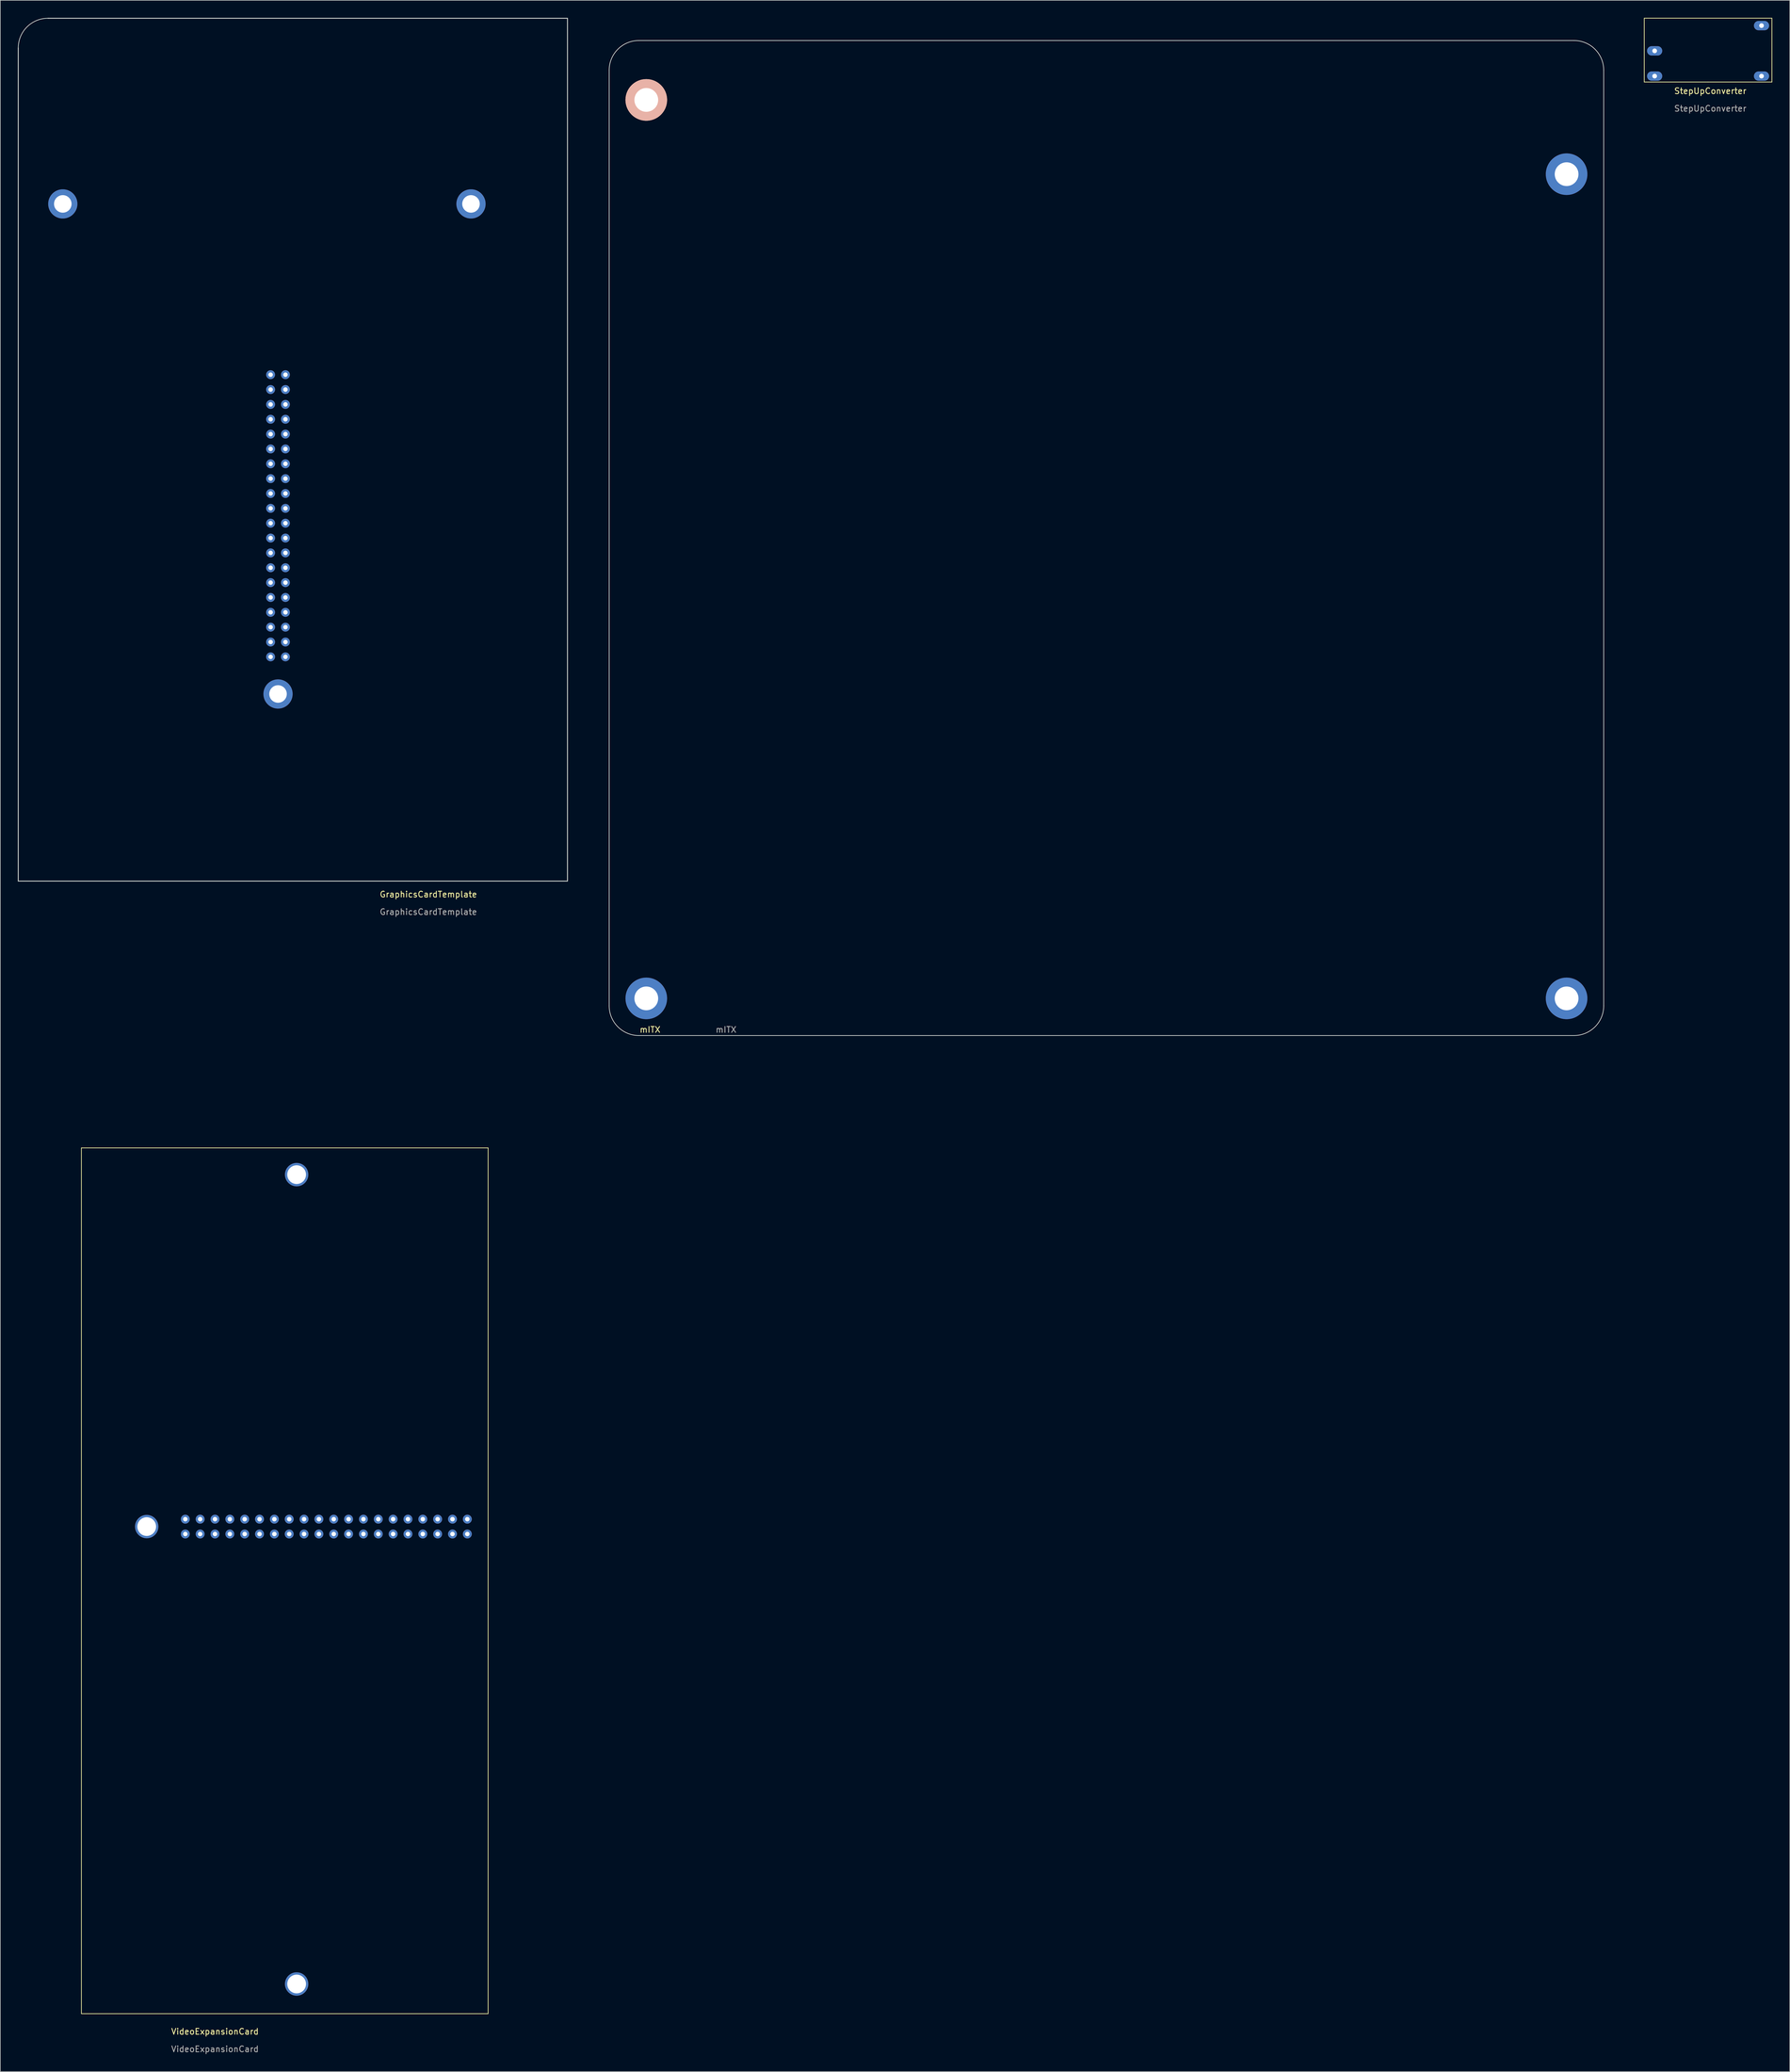
<source format=kicad_pcb>
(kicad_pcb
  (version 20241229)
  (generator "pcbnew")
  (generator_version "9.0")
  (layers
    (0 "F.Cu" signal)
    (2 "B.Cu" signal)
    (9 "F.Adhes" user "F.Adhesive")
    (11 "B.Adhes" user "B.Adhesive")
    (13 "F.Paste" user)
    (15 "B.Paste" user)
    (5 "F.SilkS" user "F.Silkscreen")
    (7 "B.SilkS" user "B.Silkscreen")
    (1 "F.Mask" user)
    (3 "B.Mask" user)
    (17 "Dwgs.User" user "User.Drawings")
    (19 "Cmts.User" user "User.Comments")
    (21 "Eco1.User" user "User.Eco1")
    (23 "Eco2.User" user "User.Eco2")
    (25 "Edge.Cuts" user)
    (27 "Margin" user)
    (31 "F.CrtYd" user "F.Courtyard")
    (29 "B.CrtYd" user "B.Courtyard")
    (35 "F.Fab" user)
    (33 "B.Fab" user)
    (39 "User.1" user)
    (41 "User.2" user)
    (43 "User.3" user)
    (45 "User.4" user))
  (footprint "VideoExpansionCard"
    (layer "F.Cu")
    (at 33.739 344.916)
    (property "Reference" "VideoExpansionCard" (at 0 -0.5 0) (unlocked yes) (layer "F.SilkS") (effects (font (size 1 1) (thickness 0.15))))
    (fp_line (start -22.86 -151.638) (end -22.86 -3.556) (stroke (width 0.12) (type default)) (layer "F.SilkS"))
    (fp_line (start -22.86 -3.556) (end 46.736 -3.556) (stroke (width 0.12) (type default)) (layer "F.SilkS"))
    (fp_line (start 46.736 -151.638) (end -22.86 -151.638) (stroke (width 0.12) (type default)) (layer "F.SilkS"))
    (fp_line (start 46.736 -3.556) (end 46.736 -151.638) (stroke (width 0.12) (type default)) (layer "F.SilkS"))
    (fp_text user "${REFERENCE}" (at 0 2.5 0) (unlocked yes) (layer "F.Fab") (effects (font (size 1 1) (thickness 0.15))))
    (dimension (type aligned) (layer "User.2") (pts (xy 28.659 259.318) (xy 47.709 259.318)) (height -76.2) (format (prefix "") (suffix "") (units 3) (units_format 1) (precision 4)) (style (thickness 0.12) (arrow_length 1.27) (text_position_mode 0) (arrow_direction outward) (extension_height 0.586) (extension_offset 0.5) (keep_text_aligned yes)) (gr_text "19.0500 mm" (at 38.184 181.968 0) (layer "User.2") (effects (font (size 1 1) (thickness 0.15)))))
    (dimension (type aligned) (layer "User.2") (pts (xy 10.879 193.278) (xy 80.475 193.278)) (height -5.588) (format (prefix "") (suffix "") (units 3) (units_format 1) (precision 4)) (style (thickness 0.12) (arrow_length 1.27) (text_position_mode 0) (arrow_direction outward) (extension_height 0.586) (extension_offset 0.5) (keep_text_aligned yes)) (gr_text "69.5960 mm" (at 45.677 186.54 0) (layer "User.2") (effects (font (size 1 1) (thickness 0.15)))))
    (dimension (type aligned) (layer "User.2") (pts (xy 28.659 259.318) (xy 28.659 336.28)) (height -24.892) (format (prefix "") (suffix "") (units 3) (units_format 1) (precision 4)) (style (thickness 0.12) (arrow_length 1.27) (text_position_mode 0) (arrow_direction outward) (extension_height 0.586) (extension_offset 0.5) (keep_text_aligned yes)) (gr_text "76.9620 mm" (at 52.401 297.799 90) (layer "User.2") (effects (font (size 1 1) (thickness 0.15)))))
    (dimension (type aligned) (layer "User.2") (pts (xy 10.879 193.278) (xy 10.879 341.36)) (height 4.318) (format (prefix "") (suffix "") (units 3) (units_format 1) (precision 4)) (style (thickness 0.12) (arrow_length 1.27) (text_position_mode 0) (arrow_direction outward) (extension_height 0.586) (extension_offset 0.5) (keep_text_aligned yes)) (gr_text "148.0820 mm" (at 5.411 267.319 90) (layer "User.2") (effects (font (size 1 1) (thickness 0.15)))))
    (dimension (type aligned) (layer "User.2") (pts (xy 28.659 258.048) (xy 22.055 258.048)) (height 5.334) (format (prefix "") (suffix "") (units 3) (units_format 1) (precision 4)) (style (thickness 0.12) (arrow_length 1.27) (text_position_mode 0) (arrow_direction outward) (extension_height 0.586) (extension_offset 0.5) (keep_text_aligned yes)) (gr_text "6.6040 mm" (at 25.357 251.564 0) (layer "User.2") (effects (font (size 1 1) (thickness 0.15)))))
    (pad "" np_thru_hole circle (at -11.684 -86.868) (size 4 4) (drill 3.2) (layers "*.Cu" "*.Mask"))
    (pad "" np_thru_hole circle (at 13.97 -147.066) (size 4 4) (drill 3.2) (layers "*.Cu" "*.Mask"))
    (pad "" np_thru_hole circle (at 13.97 -8.636) (size 4 4) (drill 3.2) (layers "*.Cu" "*.Mask"))
    (pad "1" thru_hole circle (at -5.08 -85.598) (size 1.524 1.524) (drill 0.762) (layers "*.Cu" "*.Mask"))
    (pad "2" thru_hole circle (at -5.08 -88.138) (size 1.524 1.524) (drill 0.762) (layers "*.Cu" "*.Mask"))
    (pad "3" thru_hole circle (at -2.54 -85.598) (size 1.524 1.524) (drill 0.762) (layers "*.Cu" "*.Mask"))
    (pad "4" thru_hole circle (at -2.54 -88.138) (size 1.524 1.524) (drill 0.762) (layers "*.Cu" "*.Mask"))
    (pad "5" thru_hole circle (at 0 -85.598) (size 1.524 1.524) (drill 0.762) (layers "*.Cu" "*.Mask"))
    (pad "6" thru_hole circle (at 0 -88.138) (size 1.524 1.524) (drill 0.762) (layers "*.Cu" "*.Mask"))
    (pad "7" thru_hole circle (at 2.54 -85.598) (size 1.524 1.524) (drill 0.762) (layers "*.Cu" "*.Mask"))
    (pad "8" thru_hole circle (at 2.54 -88.138) (size 1.524 1.524) (drill 0.762) (layers "*.Cu" "*.Mask"))
    (pad "9" thru_hole circle (at 5.08 -85.598) (size 1.524 1.524) (drill 0.762) (layers "*.Cu" "*.Mask"))
    (pad "10" thru_hole circle (at 5.08 -88.138) (size 1.524 1.524) (drill 0.762) (layers "*.Cu" "*.Mask"))
    (pad "11" thru_hole circle (at 7.62 -85.598) (size 1.524 1.524) (drill 0.762) (layers "*.Cu" "*.Mask"))
    (pad "12" thru_hole circle (at 7.62 -88.138) (size 1.524 1.524) (drill 0.762) (layers "*.Cu" "*.Mask"))
    (pad "13" thru_hole circle (at 10.16 -85.598) (size 1.524 1.524) (drill 0.762) (layers "*.Cu" "*.Mask"))
    (pad "14" thru_hole circle (at 10.16 -88.138) (size 1.524 1.524) (drill 0.762) (layers "*.Cu" "*.Mask"))
    (pad "15" thru_hole circle (at 12.7 -85.598) (size 1.524 1.524) (drill 0.762) (layers "*.Cu" "*.Mask"))
    (pad "16" thru_hole circle (at 12.7 -88.138) (size 1.524 1.524) (drill 0.762) (layers "*.Cu" "*.Mask"))
    (pad "17" thru_hole circle (at 15.24 -85.598) (size 1.524 1.524) (drill 0.762) (layers "*.Cu" "*.Mask"))
    (pad "18" thru_hole circle (at 15.24 -88.138) (size 1.524 1.524) (drill 0.762) (layers "*.Cu" "*.Mask"))
    (pad "19" thru_hole circle (at 17.78 -85.598) (size 1.524 1.524) (drill 0.762) (layers "*.Cu" "*.Mask"))
    (pad "20" thru_hole circle (at 17.78 -88.138) (size 1.524 1.524) (drill 0.762) (layers "*.Cu" "*.Mask"))
    (pad "21" thru_hole circle (at 20.32 -85.598) (size 1.524 1.524) (drill 0.762) (layers "*.Cu" "*.Mask"))
    (pad "22" thru_hole circle (at 20.32 -88.138) (size 1.524 1.524) (drill 0.762) (layers "*.Cu" "*.Mask"))
    (pad "23" thru_hole circle (at 22.86 -85.598) (size 1.524 1.524) (drill 0.762) (layers "*.Cu" "*.Mask"))
    (pad "24" thru_hole circle (at 22.86 -88.138) (size 1.524 1.524) (drill 0.762) (layers "*.Cu" "*.Mask"))
    (pad "25" thru_hole circle (at 25.4 -85.598) (size 1.524 1.524) (drill 0.762) (layers "*.Cu" "*.Mask"))
    (pad "26" thru_hole circle (at 25.4 -88.138) (size 1.524 1.524) (drill 0.762) (layers "*.Cu" "*.Mask"))
    (pad "27" thru_hole circle (at 27.94 -85.598) (size 1.524 1.524) (drill 0.762) (layers "*.Cu" "*.Mask"))
    (pad "28" thru_hole circle (at 27.94 -88.138) (size 1.524 1.524) (drill 0.762) (layers "*.Cu" "*.Mask"))
    (pad "29" thru_hole circle (at 30.48 -85.598) (size 1.524 1.524) (drill 0.762) (layers "*.Cu" "*.Mask"))
    (pad "30" thru_hole circle (at 30.48 -88.138) (size 1.524 1.524) (drill 0.762) (layers "*.Cu" "*.Mask"))
    (pad "31" thru_hole circle (at 33.02 -85.598) (size 1.524 1.524) (drill 0.762) (layers "*.Cu" "*.Mask"))
    (pad "32" thru_hole circle (at 33.02 -88.138) (size 1.524 1.524) (drill 0.762) (layers "*.Cu" "*.Mask"))
    (pad "33" thru_hole circle (at 35.56 -85.598) (size 1.524 1.524) (drill 0.762) (layers "*.Cu" "*.Mask"))
    (pad "34" thru_hole circle (at 35.56 -88.138) (size 1.524 1.524) (drill 0.762) (layers "*.Cu" "*.Mask"))
    (pad "35" thru_hole circle (at 38.1 -85.598) (size 1.524 1.524) (drill 0.762) (layers "*.Cu" "*.Mask"))
    (pad "36" thru_hole circle (at 38.1 -88.138) (size 1.524 1.524) (drill 0.762) (layers "*.Cu" "*.Mask"))
    (pad "37" thru_hole circle (at 40.64 -85.598) (size 1.524 1.524) (drill 0.762) (layers "*.Cu" "*.Mask"))
    (pad "38" thru_hole circle (at 40.64 -88.138) (size 1.524 1.524) (drill 0.762) (layers "*.Cu" "*.Mask"))
    (pad "39" thru_hole circle (at 43.18 -85.598) (size 1.524 1.524) (drill 0.762) (layers "*.Cu" "*.Mask"))
    (pad "40" thru_hole circle (at 43.18 -88.138) (size 1.524 1.524) (drill 0.762) (layers "*.Cu" "*.Mask")))
  (footprint "StepUpConverter"
    (layer "F.Cu")
    (at 290.248 12.506)
    (property "Reference" "StepUpConverter" (at -0.635 0.008 0) (unlocked yes) (layer "F.SilkS") (effects (font (size 1 1) (thickness 0.15))))
    (fp_line (start -11.938 -12.446) (end -11.938 -1.524) (stroke (width 0.12) (type default)) (layer "F.SilkS"))
    (fp_line (start -11.938 -1.524) (end -1.016 -1.524) (stroke (width 0.12) (type default)) (layer "F.SilkS"))
    (fp_line (start -1.016 -1.524) (end 9.906 -1.524) (stroke (width 0.12) (type default)) (layer "F.SilkS"))
    (fp_line (start 9.906 -12.446) (end -11.938 -12.446) (stroke (width 0.12) (type default)) (layer "F.SilkS"))
    (fp_line (start 9.906 -1.524) (end 9.906 -12.446) (stroke (width 0.12) (type default)) (layer "F.SilkS"))
    (fp_text user "${REFERENCE}" (at -0.635 3.008 0) (unlocked yes) (layer "F.Fab") (effects (font (size 1 1) (thickness 0.15))))
    (pad "1" thru_hole oval (at -10.16 -6.858 90) (size 1.6 2.6) (drill 0.8) (layers "*.Cu" "*.Mask"))
    (pad "2" thru_hole oval (at -10.16 -2.54 90) (size 1.6 2.6) (drill 0.8) (layers "*.Cu" "*.Mask"))
    (pad "3" thru_hole oval (at 8.128 -2.54 90) (size 1.6 2.6) (drill 0.8) (layers "*.Cu" "*.Mask"))
    (pad "4" thru_hole oval (at 8.128 -11.176 90) (size 1.6 2.6) (drill 0.8) (layers "*.Cu" "*.Mask")))
  (footprint "mITX"
    (layer "F.Cu")
    (at 101.19 174.06)
    (property "Reference" "mITX" (at 7 -1 0) (unlocked yes) (layer "F.SilkS") (effects (font (size 1 1) (thickness 0.15))))
    (attr through_hole)
    (fp_line (start 0 -165.1) (end 0 -5.08) (stroke (width 0.12) (type default)) (layer "Edge.Cuts"))
    (fp_line (start 5.08 0) (end 165.1 0) (stroke (width 0.12) (type default)) (layer "Edge.Cuts"))
    (fp_line (start 165.1 -170.18) (end 5.08 -170.18) (stroke (width 0.12) (type default)) (layer "Edge.Cuts"))
    (fp_line (start 170.18 -5.08) (end 170.18 -165.1) (stroke (width 0.12) (type default)) (layer "Edge.Cuts"))
    (fp_arc (start 0 -165.1) (mid 1.487898 -168.692102) (end 5.08 -170.18) (stroke (width 0.12) (type default)) (layer "Edge.Cuts"))
    (fp_arc (start 5.08 0) (mid 1.487898 -1.487898) (end 0 -5.08) (stroke (width 0.12) (type default)) (layer "Edge.Cuts"))
    (fp_arc (start 165.1 -170.18) (mid 168.692102 -168.692102) (end 170.18 -165.1) (stroke (width 0.12) (type default)) (layer "Edge.Cuts"))
    (fp_arc (start 170.18 -5.08) (mid 168.692102 -1.487898) (end 165.1 0) (stroke (width 0.12) (type default)) (layer "Edge.Cuts"))
    (fp_rect (start -4 -174) (end 174 4) (stroke (width 0.12) (type default)) (fill no) (layer "User.9"))
    (fp_rect (start -2 -172) (end 172 2) (stroke (width 0.12) (type default)) (fill no) (layer "User.9"))
    (fp_text user "${REFERENCE}" (at 20 -1 0) (unlocked yes) (layer "F.Fab") (effects (font (size 1 1) (thickness 0.15))))
    (pad "" np_thru_hole circle (at 6.35 -160.02) (size 7.112 7.112) (drill 4.064) (layers "*.Cu" "*.SilkS" "*.Mask"))
    (pad "" np_thru_hole circle (at 6.35 -6.35) (size 7.112 7.112) (drill 4.064) (layers "*.Cu" "*.Mask"))
    (pad "" np_thru_hole circle (at 163.83 -147.32) (size 7.112 7.112) (drill 4.064) (layers "*.Cu" "*.Mask"))
    (pad "" np_thru_hole circle (at 163.83 -6.35) (size 7.112 7.112) (drill 4.064) (layers "*.Cu" "*.Mask")))
  (footprint "GraphicsCardTemplate"
    (layer "F.Cu")
    (at 43.255 134.695)
    (property "Reference" "GraphicsCardTemplate" (at 27 15.224 0) (unlocked yes) (layer "F.SilkS") (effects (font (size 1 1) (thickness 0.15))))
    (attr through_hole)
    (fp_line (start -43.18 -129.54) (end -43.18 12.954) (stroke (width 0.15) (type default)) (layer "Edge.Cuts"))
    (fp_line (start 50.8 -134.62) (end -38.1 -134.62) (stroke (width 0.15) (type default)) (layer "Edge.Cuts"))
    (fp_line (start 50.8 -134.62) (end 50.8 12.954) (stroke (width 0.15) (type default)) (layer "Edge.Cuts"))
    (fp_line (start 50.8 12.954) (end -43.18 12.954) (stroke (width 0.15) (type default)) (layer "Edge.Cuts"))
    (fp_arc (start -43.181587 -129.54) (mid -41.693225 -133.133225) (end -38.1 -134.621587) (stroke (width 0.12) (type default)) (layer "Edge.Cuts"))
    (fp_circle (center -35.56 -102.87) (end -35.56 -101.219) (stroke (width 0.15) (type default)) (fill no) (layer "User.1"))
    (fp_circle (center 1.27 -19.05) (end 2.921 -19.05) (stroke (width 0.15) (type default)) (fill no) (layer "User.1"))
    (fp_circle (center 34.29 -102.87) (end 35.941 -102.87) (stroke (width 0.15) (type default)) (fill no) (layer "User.1"))
    (fp_text user "${REFERENCE}" (at 27 18.224 0) (unlocked yes) (layer "F.Fab") (effects (font (size 1 1) (thickness 0.15))))
    (pad "" np_thru_hole circle (at -35.56 -102.87) (size 5 5) (drill 3) (layers "*.Cu" "*.Mask"))
    (pad "" np_thru_hole circle (at 1.27 -19.05) (size 5 5) (drill 3) (layers "*.Cu" "*.Mask"))
    (pad "" np_thru_hole circle (at 34.29 -102.87) (size 5 5) (drill 3) (layers "*.Cu" "*.Mask"))
    (pad "1" thru_hole circle (at 2.54 -73.66) (size 1.524 1.524) (drill 0.762) (layers "*.Cu" "*.Mask"))
    (pad "2" thru_hole circle (at 0 -73.66) (size 1.524 1.524) (drill 0.762) (layers "*.Cu" "*.Mask"))
    (pad "3" thru_hole circle (at 2.54 -71.12) (size 1.524 1.524) (drill 0.762) (layers "*.Cu" "*.Mask"))
    (pad "4" thru_hole circle (at 0 -71.12) (size 1.524 1.524) (drill 0.762) (layers "*.Cu" "*.Mask"))
    (pad "5" thru_hole circle (at 2.54 -68.58) (size 1.524 1.524) (drill 0.762) (layers "*.Cu" "*.Mask"))
    (pad "6" thru_hole circle (at 0 -68.58) (size 1.524 1.524) (drill 0.762) (layers "*.Cu" "*.Mask"))
    (pad "7" thru_hole circle (at 2.54 -66.04) (size 1.524 1.524) (drill 0.762) (layers "*.Cu" "*.Mask"))
    (pad "8" thru_hole circle (at 0 -66.04) (size 1.524 1.524) (drill 0.762) (layers "*.Cu" "*.Mask"))
    (pad "9" thru_hole circle (at 2.54 -63.5) (size 1.524 1.524) (drill 0.762) (layers "*.Cu" "*.Mask"))
    (pad "10" thru_hole circle (at 0 -63.5) (size 1.524 1.524) (drill 0.762) (layers "*.Cu" "*.Mask"))
    (pad "11" thru_hole circle (at 2.54 -60.96) (size 1.524 1.524) (drill 0.762) (layers "*.Cu" "*.Mask"))
    (pad "12" thru_hole circle (at 0 -60.96) (size 1.524 1.524) (drill 0.762) (layers "*.Cu" "*.Mask"))
    (pad "13" thru_hole circle (at 2.54 -58.42) (size 1.524 1.524) (drill 0.762) (layers "*.Cu" "*.Mask"))
    (pad "14" thru_hole circle (at 0 -58.42) (size 1.524 1.524) (drill 0.762) (layers "*.Cu" "*.Mask"))
    (pad "15" thru_hole circle (at 2.54 -55.88) (size 1.524 1.524) (drill 0.762) (layers "*.Cu" "*.Mask"))
    (pad "16" thru_hole circle (at 0 -55.88) (size 1.524 1.524) (drill 0.762) (layers "*.Cu" "*.Mask"))
    (pad "17" thru_hole circle (at 2.54 -53.34) (size 1.524 1.524) (drill 0.762) (layers "*.Cu" "*.Mask"))
    (pad "18" thru_hole circle (at 0 -53.34) (size 1.524 1.524) (drill 0.762) (layers "*.Cu" "*.Mask"))
    (pad "19" thru_hole circle (at 2.54 -50.8) (size 1.524 1.524) (drill 0.762) (layers "*.Cu" "*.Mask"))
    (pad "20" thru_hole circle (at 0 -50.8) (size 1.524 1.524) (drill 0.762) (layers "*.Cu" "*.Mask"))
    (pad "21" thru_hole circle (at 2.54 -48.26) (size 1.524 1.524) (drill 0.762) (layers "*.Cu" "*.Mask"))
    (pad "22" thru_hole circle (at 0 -48.26) (size 1.524 1.524) (drill 0.762) (layers "*.Cu" "*.Mask"))
    (pad "23" thru_hole circle (at 2.54 -45.72) (size 1.524 1.524) (drill 0.762) (layers "*.Cu" "*.Mask"))
    (pad "24" thru_hole circle (at 0 -45.72) (size 1.524 1.524) (drill 0.762) (layers "*.Cu" "*.Mask"))
    (pad "25" thru_hole circle (at 2.54 -43.18) (size 1.524 1.524) (drill 0.762) (layers "*.Cu" "*.Mask"))
    (pad "26" thru_hole circle (at 0 -43.18) (size 1.524 1.524) (drill 0.762) (layers "*.Cu" "*.Mask"))
    (pad "27" thru_hole circle (at 2.54 -40.64) (size 1.524 1.524) (drill 0.762) (layers "*.Cu" "*.Mask"))
    (pad "28" thru_hole circle (at 0 -40.64) (size 1.524 1.524) (drill 0.762) (layers "*.Cu" "*.Mask"))
    (pad "29" thru_hole circle (at 2.54 -38.1) (size 1.524 1.524) (drill 0.762) (layers "*.Cu" "*.Mask"))
    (pad "30" thru_hole circle (at 0 -38.1) (size 1.524 1.524) (drill 0.762) (layers "*.Cu" "*.Mask"))
    (pad "31" thru_hole circle (at 2.54 -35.56) (size 1.524 1.524) (drill 0.762) (layers "*.Cu" "*.Mask"))
    (pad "32" thru_hole circle (at 0 -35.56) (size 1.524 1.524) (drill 0.762) (layers "*.Cu" "*.Mask"))
    (pad "33" thru_hole circle (at 2.54 -33.02) (size 1.524 1.524) (drill 0.762) (layers "*.Cu" "*.Mask"))
    (pad "34" thru_hole circle (at 0 -33.02) (size 1.524 1.524) (drill 0.762) (layers "*.Cu" "*.Mask"))
    (pad "35" thru_hole circle (at 2.54 -30.48) (size 1.524 1.524) (drill 0.762) (layers "*.Cu" "*.Mask"))
    (pad "36" thru_hole circle (at 0 -30.48) (size 1.524 1.524) (drill 0.762) (layers "*.Cu" "*.Mask"))
    (pad "37" thru_hole circle (at 2.54 -27.94) (size 1.524 1.524) (drill 0.762) (layers "*.Cu" "*.Mask"))
    (pad "38" thru_hole circle (at 0 -27.94) (size 1.524 1.524) (drill 0.762) (layers "*.Cu" "*.Mask"))
    (pad "39" thru_hole circle (at 2.54 -25.4) (size 1.524 1.524) (drill 0.762) (layers "*.Cu" "*.Mask"))
    (pad "40" thru_hole circle (at 0 -25.4) (size 1.524 1.524) (drill 0.762) (layers "*.Cu" "*.Mask")))
  (gr_rect
    (start -3 -3)
    (end 303.214 351.264)
    (stroke (width 0.1) (type default))
    (fill no)
    (layer "Edge.Cuts")))
</source>
